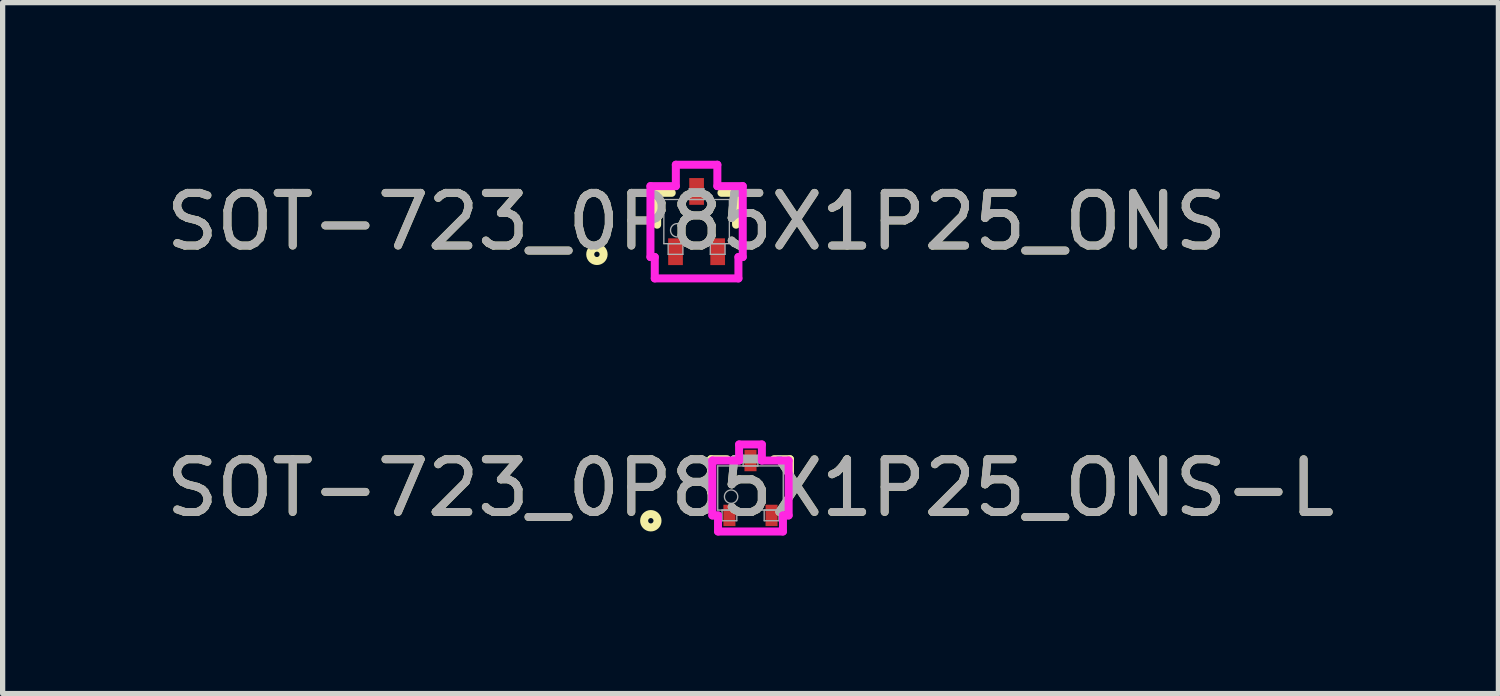
<source format=kicad_pcb>
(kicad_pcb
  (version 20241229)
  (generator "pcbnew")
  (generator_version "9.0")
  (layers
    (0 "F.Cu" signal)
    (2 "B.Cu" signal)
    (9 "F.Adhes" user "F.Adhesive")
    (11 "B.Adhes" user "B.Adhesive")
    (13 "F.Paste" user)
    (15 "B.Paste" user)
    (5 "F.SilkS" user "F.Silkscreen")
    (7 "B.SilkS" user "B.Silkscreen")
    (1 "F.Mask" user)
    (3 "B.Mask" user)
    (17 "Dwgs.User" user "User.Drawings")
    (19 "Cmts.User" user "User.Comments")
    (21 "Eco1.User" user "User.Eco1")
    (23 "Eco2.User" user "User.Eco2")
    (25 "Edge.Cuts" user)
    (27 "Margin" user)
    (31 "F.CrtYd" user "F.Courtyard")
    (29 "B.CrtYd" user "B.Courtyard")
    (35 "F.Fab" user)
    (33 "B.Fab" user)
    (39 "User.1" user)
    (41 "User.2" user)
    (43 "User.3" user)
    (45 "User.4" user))
  (footprint "SOT-723_0P85X1P25_ONS"
    (layer "F.Cu")
    (at 10.173 1.156)
    (property "Reference" "SOT-723_0P85X1P25_ONS" (at 0 0 0) (unlocked yes) (layer "F.SilkS") (effects (font (size 1 1) (thickness 0.15))))
    (attr smd)
    (fp_line (start -0.749 -0.546) (end -0.749 0.059) (stroke (width 0.152) (type solid)) (layer "F.SilkS"))
    (fp_line (start -0.472 -0.546) (end -0.749 -0.546) (stroke (width 0.152) (type solid)) (layer "F.SilkS"))
    (fp_line (start 0.749 -0.546) (end 0.472 -0.546) (stroke (width 0.152) (type solid)) (layer "F.SilkS"))
    (fp_line (start 0.749 0.059) (end 0.749 -0.546) (stroke (width 0.152) (type solid)) (layer "F.SilkS"))
    (fp_circle (center -1.892 0.622) (end -1.765 0.622) (stroke (width 0.152) (type solid)) (fill no) (layer "F.SilkS"))
    (fp_line (start -0.876 -0.673) (end -0.394 -0.673) (stroke (width 0.152) (type solid)) (layer "F.CrtYd"))
    (fp_line (start -0.876 0.673) (end -0.876 -0.673) (stroke (width 0.152) (type solid)) (layer "F.CrtYd"))
    (fp_line (start -0.876 0.673) (end -0.794 0.673) (stroke (width 0.152) (type solid)) (layer "F.CrtYd"))
    (fp_line (start -0.794 0.673) (end -0.794 1.079) (stroke (width 0.152) (type solid)) (layer "F.CrtYd"))
    (fp_line (start -0.794 1.079) (end 0.794 1.079) (stroke (width 0.152) (type solid)) (layer "F.CrtYd"))
    (fp_line (start -0.394 -1.079) (end 0.394 -1.079) (stroke (width 0.152) (type solid)) (layer "F.CrtYd"))
    (fp_line (start -0.394 -0.673) (end -0.394 -1.079) (stroke (width 0.152) (type solid)) (layer "F.CrtYd"))
    (fp_line (start 0.394 -0.673) (end 0.394 -1.079) (stroke (width 0.152) (type solid)) (layer "F.CrtYd"))
    (fp_line (start 0.794 0.673) (end 0.794 1.079) (stroke (width 0.152) (type solid)) (layer "F.CrtYd"))
    (fp_line (start 0.876 -0.673) (end 0.394 -0.673) (stroke (width 0.152) (type solid)) (layer "F.CrtYd"))
    (fp_line (start 0.876 -0.673) (end 0.876 0.673) (stroke (width 0.152) (type solid)) (layer "F.CrtYd"))
    (fp_line (start 0.876 0.673) (end 0.794 0.673) (stroke (width 0.152) (type solid)) (layer "F.CrtYd"))
    (fp_line (start -0.622 -0.419) (end -0.622 0.419) (stroke (width 0.025) (type solid)) (layer "F.Fab"))
    (fp_line (start -0.622 0.419) (end 0.622 0.419) (stroke (width 0.025) (type solid)) (layer "F.Fab"))
    (fp_line (start -0.54 0.419) (end -0.54 0.622) (stroke (width 0.025) (type solid)) (layer "F.Fab"))
    (fp_line (start -0.54 0.622) (end -0.26 0.622) (stroke (width 0.025) (type solid)) (layer "F.Fab"))
    (fp_line (start -0.26 0.419) (end -0.54 0.419) (stroke (width 0.025) (type solid)) (layer "F.Fab"))
    (fp_line (start -0.26 0.622) (end -0.26 0.419) (stroke (width 0.025) (type solid)) (layer "F.Fab"))
    (fp_line (start -0.14 -0.622) (end -0.14 -0.419) (stroke (width 0.025) (type solid)) (layer "F.Fab"))
    (fp_line (start -0.14 -0.419) (end 0.14 -0.419) (stroke (width 0.025) (type solid)) (layer "F.Fab"))
    (fp_line (start 0.14 -0.622) (end -0.14 -0.622) (stroke (width 0.025) (type solid)) (layer "F.Fab"))
    (fp_line (start 0.14 -0.419) (end 0.14 -0.622) (stroke (width 0.025) (type solid)) (layer "F.Fab"))
    (fp_line (start 0.26 0.419) (end 0.26 0.622) (stroke (width 0.025) (type solid)) (layer "F.Fab"))
    (fp_line (start 0.26 0.622) (end 0.54 0.622) (stroke (width 0.025) (type solid)) (layer "F.Fab"))
    (fp_line (start 0.54 0.419) (end 0.26 0.419) (stroke (width 0.025) (type solid)) (layer "F.Fab"))
    (fp_line (start 0.54 0.622) (end 0.54 0.419) (stroke (width 0.025) (type solid)) (layer "F.Fab"))
    (fp_line (start 0.622 -0.419) (end -0.622 -0.419) (stroke (width 0.025) (type solid)) (layer "F.Fab"))
    (fp_line (start 0.622 0.419) (end 0.622 -0.419) (stroke (width 0.025) (type solid)) (layer "F.Fab"))
    (fp_circle (center -0.368 0.165) (end -0.241 0.165) (stroke (width 0.025) (type solid)) (fill no) (layer "F.Fab"))
    (fp_text user "${REFERENCE}" (at 0 0 0) (unlocked yes) (layer "F.Fab") (effects (font (size 1 1) (thickness 0.15))))
    (pad "1" smd rect (at -0.4 0.572) (size 0.279 0.508) (layers "F.Cu" "F.Mask" "F.Paste"))
    (pad "2" smd rect (at 0.4 0.572) (size 0.279 0.508) (layers "F.Cu" "F.Mask" "F.Paste"))
    (pad "3" smd rect (at 0 -0.572) (size 0.279 0.508) (layers "F.Cu" "F.Mask" "F.Paste")))
  (footprint "SOT-723_0P85X1P25_ONS-L"
    (layer "F.Cu")
    (at 11.196 6.213)
    (property "Reference" "SOT-723_0P85X1P25_ONS-L" (at 0 0 0) (unlocked yes) (layer "F.SilkS") (effects (font (size 1 1) (thickness 0.15))))
    (attr smd)
    (fp_line (start -0.749 -0.546) (end -0.749 0.082) (stroke (width 0.152) (type solid)) (layer "F.SilkS"))
    (fp_line (start -0.447 -0.546) (end -0.749 -0.546) (stroke (width 0.152) (type solid)) (layer "F.SilkS"))
    (fp_line (start 0.749 -0.546) (end 0.447 -0.546) (stroke (width 0.152) (type solid)) (layer "F.SilkS"))
    (fp_line (start 0.749 0.082) (end 0.749 -0.546) (stroke (width 0.152) (type solid)) (layer "F.SilkS"))
    (fp_circle (center -1.892 0.622) (end -1.765 0.622) (stroke (width 0.152) (type solid)) (fill no) (layer "F.SilkS"))
    (fp_line (start -0.724 -0.521) (end -0.216 -0.521) (stroke (width 0.152) (type solid)) (layer "F.CrtYd"))
    (fp_line (start -0.724 0.521) (end -0.724 -0.521) (stroke (width 0.152) (type solid)) (layer "F.CrtYd"))
    (fp_line (start -0.724 0.521) (end -0.616 0.521) (stroke (width 0.152) (type solid)) (layer "F.CrtYd"))
    (fp_line (start -0.616 0.521) (end -0.616 0.826) (stroke (width 0.152) (type solid)) (layer "F.CrtYd"))
    (fp_line (start -0.616 0.826) (end 0.616 0.826) (stroke (width 0.152) (type solid)) (layer "F.CrtYd"))
    (fp_line (start -0.216 -0.826) (end 0.216 -0.826) (stroke (width 0.152) (type solid)) (layer "F.CrtYd"))
    (fp_line (start -0.216 -0.521) (end -0.216 -0.826) (stroke (width 0.152) (type solid)) (layer "F.CrtYd"))
    (fp_line (start 0.216 -0.521) (end 0.216 -0.826) (stroke (width 0.152) (type solid)) (layer "F.CrtYd"))
    (fp_line (start 0.616 0.521) (end 0.616 0.826) (stroke (width 0.152) (type solid)) (layer "F.CrtYd"))
    (fp_line (start 0.724 -0.521) (end 0.216 -0.521) (stroke (width 0.152) (type solid)) (layer "F.CrtYd"))
    (fp_line (start 0.724 -0.521) (end 0.724 0.521) (stroke (width 0.152) (type solid)) (layer "F.CrtYd"))
    (fp_line (start 0.724 0.521) (end 0.616 0.521) (stroke (width 0.152) (type solid)) (layer "F.CrtYd"))
    (fp_line (start -0.622 -0.419) (end -0.622 0.419) (stroke (width 0.025) (type solid)) (layer "F.Fab"))
    (fp_line (start -0.622 0.419) (end 0.622 0.419) (stroke (width 0.025) (type solid)) (layer "F.Fab"))
    (fp_line (start -0.54 0.419) (end -0.54 0.622) (stroke (width 0.025) (type solid)) (layer "F.Fab"))
    (fp_line (start -0.54 0.622) (end -0.26 0.622) (stroke (width 0.025) (type solid)) (layer "F.Fab"))
    (fp_line (start -0.26 0.419) (end -0.54 0.419) (stroke (width 0.025) (type solid)) (layer "F.Fab"))
    (fp_line (start -0.26 0.622) (end -0.26 0.419) (stroke (width 0.025) (type solid)) (layer "F.Fab"))
    (fp_line (start -0.14 -0.622) (end -0.14 -0.419) (stroke (width 0.025) (type solid)) (layer "F.Fab"))
    (fp_line (start -0.14 -0.419) (end 0.14 -0.419) (stroke (width 0.025) (type solid)) (layer "F.Fab"))
    (fp_line (start 0.14 -0.622) (end -0.14 -0.622) (stroke (width 0.025) (type solid)) (layer "F.Fab"))
    (fp_line (start 0.14 -0.419) (end 0.14 -0.622) (stroke (width 0.025) (type solid)) (layer "F.Fab"))
    (fp_line (start 0.26 0.419) (end 0.26 0.622) (stroke (width 0.025) (type solid)) (layer "F.Fab"))
    (fp_line (start 0.26 0.622) (end 0.54 0.622) (stroke (width 0.025) (type solid)) (layer "F.Fab"))
    (fp_line (start 0.54 0.419) (end 0.26 0.419) (stroke (width 0.025) (type solid)) (layer "F.Fab"))
    (fp_line (start 0.54 0.622) (end 0.54 0.419) (stroke (width 0.025) (type solid)) (layer "F.Fab"))
    (fp_line (start 0.622 -0.419) (end -0.622 -0.419) (stroke (width 0.025) (type solid)) (layer "F.Fab"))
    (fp_line (start 0.622 0.419) (end 0.622 -0.419) (stroke (width 0.025) (type solid)) (layer "F.Fab"))
    (fp_circle (center -0.368 0.165) (end -0.241 0.165) (stroke (width 0.025) (type solid)) (fill no) (layer "F.Fab"))
    (fp_text user "${REFERENCE}" (at 0 0 0) (unlocked yes) (layer "F.Fab") (effects (font (size 1 1) (thickness 0.15))))
    (pad "1" smd rect (at -0.4 0.521) (size 0.229 0.406) (layers "F.Cu" "F.Mask" "F.Paste"))
    (pad "2" smd rect (at 0.4 0.521) (size 0.229 0.406) (layers "F.Cu" "F.Mask" "F.Paste"))
    (pad "3" smd rect (at 0 -0.521) (size 0.229 0.406) (layers "F.Cu" "F.Mask" "F.Paste")))
  (gr_rect
    (start -3 -3)
    (end 25.393 10.115)
    (stroke (width 0.1) (type default))
    (fill no)
    (layer "Edge.Cuts")))
</source>
